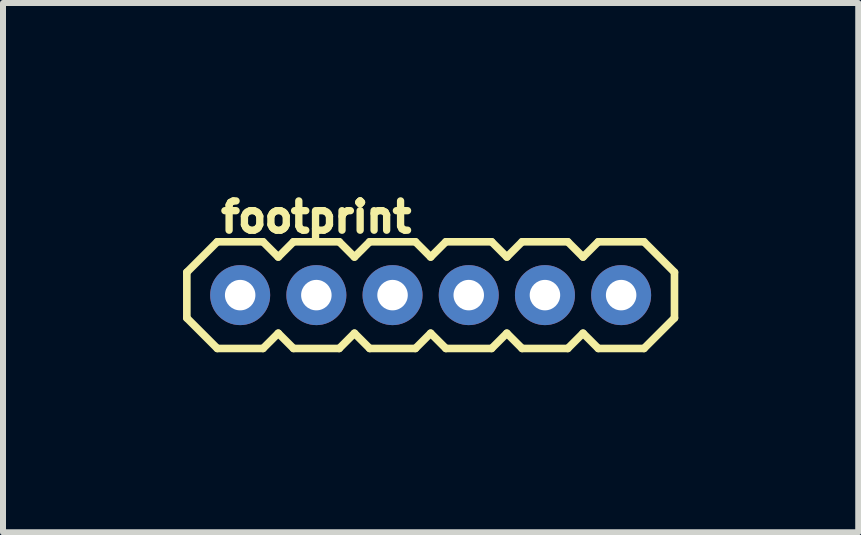
<source format=kicad_pcb>
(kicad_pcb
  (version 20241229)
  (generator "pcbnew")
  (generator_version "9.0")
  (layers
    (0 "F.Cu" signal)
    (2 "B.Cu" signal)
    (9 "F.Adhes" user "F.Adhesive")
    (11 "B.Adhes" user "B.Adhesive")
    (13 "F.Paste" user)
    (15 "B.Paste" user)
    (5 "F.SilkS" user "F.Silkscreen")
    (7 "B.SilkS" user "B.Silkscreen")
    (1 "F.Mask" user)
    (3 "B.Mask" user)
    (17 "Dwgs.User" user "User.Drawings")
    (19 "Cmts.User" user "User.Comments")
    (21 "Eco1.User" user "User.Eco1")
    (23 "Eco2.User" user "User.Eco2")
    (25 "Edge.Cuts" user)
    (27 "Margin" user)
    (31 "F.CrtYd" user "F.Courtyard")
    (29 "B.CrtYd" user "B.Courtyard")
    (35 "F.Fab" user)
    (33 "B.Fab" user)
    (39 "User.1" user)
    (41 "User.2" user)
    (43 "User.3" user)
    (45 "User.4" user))
  (footprint "footprint"
    (layer "F.Cu")
    (at 0.953 1.869)
    (property "Reference" "footprint" (at -0.381 -1.016 0) (layer "F.SilkS") (effects (font (size 0.488 0.488) (thickness 0.122)) (justify left bottom)))
    (fp_line (start -0.889 -0.381) (end -0.889 0.381) (stroke (width 0.127) (type solid)) (layer "F.SilkS"))
    (fp_line (start -0.889 0.381) (end -0.381 0.889) (stroke (width 0.127) (type solid)) (layer "F.SilkS"))
    (fp_line (start -0.381 -0.889) (end -0.889 -0.381) (stroke (width 0.127) (type solid)) (layer "F.SilkS"))
    (fp_line (start -0.381 0.889) (end 0.381 0.889) (stroke (width 0.127) (type solid)) (layer "F.SilkS"))
    (fp_line (start 0.381 -0.889) (end -0.381 -0.889) (stroke (width 0.127) (type solid)) (layer "F.SilkS"))
    (fp_line (start 0.381 0.889) (end 0.635 0.635) (stroke (width 0.127) (type solid)) (layer "F.SilkS"))
    (fp_line (start 0.635 -0.635) (end 0.381 -0.889) (stroke (width 0.127) (type solid)) (layer "F.SilkS"))
    (fp_line (start 0.635 0.635) (end 0.889 0.889) (stroke (width 0.127) (type solid)) (layer "F.SilkS"))
    (fp_line (start 0.889 -0.889) (end 0.635 -0.635) (stroke (width 0.127) (type solid)) (layer "F.SilkS"))
    (fp_line (start 0.889 0.889) (end 1.651 0.889) (stroke (width 0.127) (type solid)) (layer "F.SilkS"))
    (fp_line (start 1.651 -0.889) (end 0.889 -0.889) (stroke (width 0.127) (type solid)) (layer "F.SilkS"))
    (fp_line (start 1.651 0.889) (end 1.905 0.635) (stroke (width 0.127) (type solid)) (layer "F.SilkS"))
    (fp_line (start 1.905 -0.635) (end 1.651 -0.889) (stroke (width 0.127) (type solid)) (layer "F.SilkS"))
    (fp_line (start 1.905 0.635) (end 2.159 0.889) (stroke (width 0.127) (type solid)) (layer "F.SilkS"))
    (fp_line (start 2.159 -0.889) (end 1.905 -0.635) (stroke (width 0.127) (type solid)) (layer "F.SilkS"))
    (fp_line (start 2.159 0.889) (end 2.921 0.889) (stroke (width 0.127) (type solid)) (layer "F.SilkS"))
    (fp_line (start 2.921 -0.889) (end 2.159 -0.889) (stroke (width 0.127) (type solid)) (layer "F.SilkS"))
    (fp_line (start 2.921 0.889) (end 3.175 0.635) (stroke (width 0.127) (type solid)) (layer "F.SilkS"))
    (fp_line (start 3.175 -0.635) (end 2.921 -0.889) (stroke (width 0.127) (type solid)) (layer "F.SilkS"))
    (fp_line (start 3.175 0.635) (end 3.429 0.889) (stroke (width 0.127) (type solid)) (layer "F.SilkS"))
    (fp_line (start 3.429 -0.889) (end 3.175 -0.635) (stroke (width 0.127) (type solid)) (layer "F.SilkS"))
    (fp_line (start 3.429 0.889) (end 4.191 0.889) (stroke (width 0.127) (type solid)) (layer "F.SilkS"))
    (fp_line (start 4.191 -0.889) (end 3.429 -0.889) (stroke (width 0.127) (type solid)) (layer "F.SilkS"))
    (fp_line (start 4.191 0.889) (end 4.445 0.635) (stroke (width 0.127) (type solid)) (layer "F.SilkS"))
    (fp_line (start 4.445 -0.635) (end 4.191 -0.889) (stroke (width 0.127) (type solid)) (layer "F.SilkS"))
    (fp_line (start 4.445 0.635) (end 4.699 0.889) (stroke (width 0.127) (type solid)) (layer "F.SilkS"))
    (fp_line (start 4.699 -0.889) (end 4.445 -0.635) (stroke (width 0.127) (type solid)) (layer "F.SilkS"))
    (fp_line (start 4.699 0.889) (end 5.461 0.889) (stroke (width 0.127) (type solid)) (layer "F.SilkS"))
    (fp_line (start 5.461 -0.889) (end 4.699 -0.889) (stroke (width 0.127) (type solid)) (layer "F.SilkS"))
    (fp_line (start 5.461 0.889) (end 5.715 0.635) (stroke (width 0.127) (type solid)) (layer "F.SilkS"))
    (fp_line (start 5.715 -0.635) (end 5.461 -0.889) (stroke (width 0.127) (type solid)) (layer "F.SilkS"))
    (fp_line (start 5.715 0.635) (end 5.969 0.889) (stroke (width 0.127) (type solid)) (layer "F.SilkS"))
    (fp_line (start 5.969 -0.889) (end 5.715 -0.635) (stroke (width 0.127) (type solid)) (layer "F.SilkS"))
    (fp_line (start 5.969 0.889) (end 6.731 0.889) (stroke (width 0.127) (type solid)) (layer "F.SilkS"))
    (fp_line (start 6.731 -0.889) (end 5.969 -0.889) (stroke (width 0.127) (type solid)) (layer "F.SilkS"))
    (fp_line (start 6.731 -0.889) (end 7.239 -0.381) (stroke (width 0.127) (type solid)) (layer "F.SilkS"))
    (fp_line (start 7.239 -0.381) (end 7.239 0.381) (stroke (width 0.127) (type solid)) (layer "F.SilkS"))
    (fp_line (start 7.239 0.381) (end 6.731 0.889) (stroke (width 0.127) (type solid)) (layer "F.SilkS"))
    (pad "1" thru_hole circle (at 0 0) (size 1 1) (drill 0.508) (layers "*.Cu" "*.Mask"))
    (pad "2" thru_hole circle (at 1.27 0) (size 1 1) (drill 0.508) (layers "*.Cu" "*.Mask"))
    (pad "3" thru_hole circle (at 2.54 0) (size 1 1) (drill 0.508) (layers "*.Cu" "*.Mask"))
    (pad "4" thru_hole circle (at 3.81 0) (size 1 1) (drill 0.508) (layers "*.Cu" "*.Mask"))
    (pad "5" thru_hole circle (at 5.08 0) (size 1 1) (drill 0.508) (layers "*.Cu" "*.Mask"))
    (pad "6" thru_hole circle (at 6.35 0) (size 1 1) (drill 0.508) (layers "*.Cu" "*.Mask")))
  (gr_rect
    (start -3 -3)
    (end 11.255 5.822)
    (stroke (width 0.1) (type default))
    (fill no)
    (layer "Edge.Cuts")))
</source>
